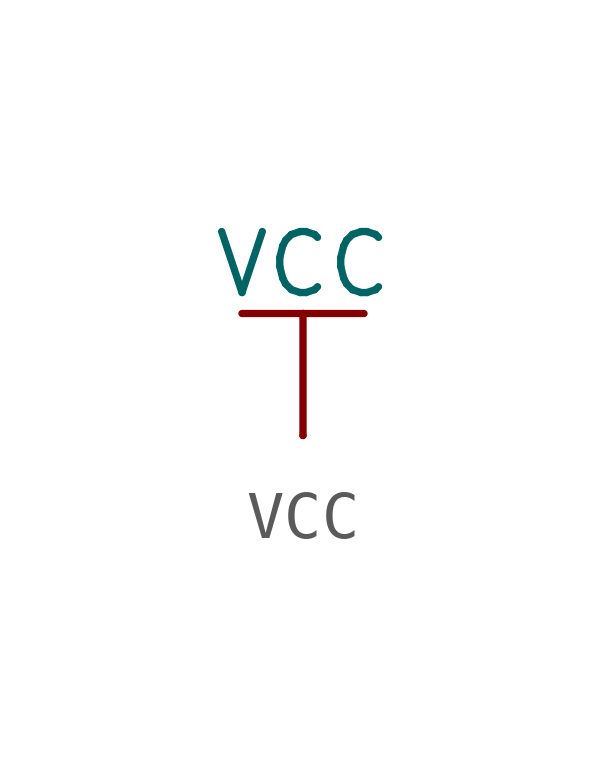
<source format=kicad_sym>
(kicad_symbol_lib
  (version 20231120)
  (generator "kicad_symbol_editor")
  (generator_version "8.0")
  (symbol "VCC"
    (power)
    (pin_numbers hide)
    (pin_names
      (offset 0) hide)
    (property "Reference" "#PWR"
      (at 0 -3.81 0)
      (effects (font (size 1.27 1.27)) (hide yes)))
    (property "Value" "VCC"
      (at 0 3.556 0)
      (effects (font (size 1.27 1.27))))
    (symbol "VCC_0_1"
      (polyline (pts (xy -1.27 2.54) (xy 0 2.54)) (stroke (width 0) (type default)) (fill (type none)))
      (polyline (pts (xy 0 0) (xy 0 2.54)) (stroke (width 0) (type default)) (fill (type none)))
      (polyline (pts (xy 0 2.54) (xy 1.27 2.54)) (stroke (width 0) (type default)) (fill (type none))))
    (symbol "VCC_1_1"
      (pin power_in line (at 0 0 90) (length 0) (name "~" (effects (font (size 1.27 1.27)))) (number "1" (effects (font (size 1.27 1.27))))))))
</source>
